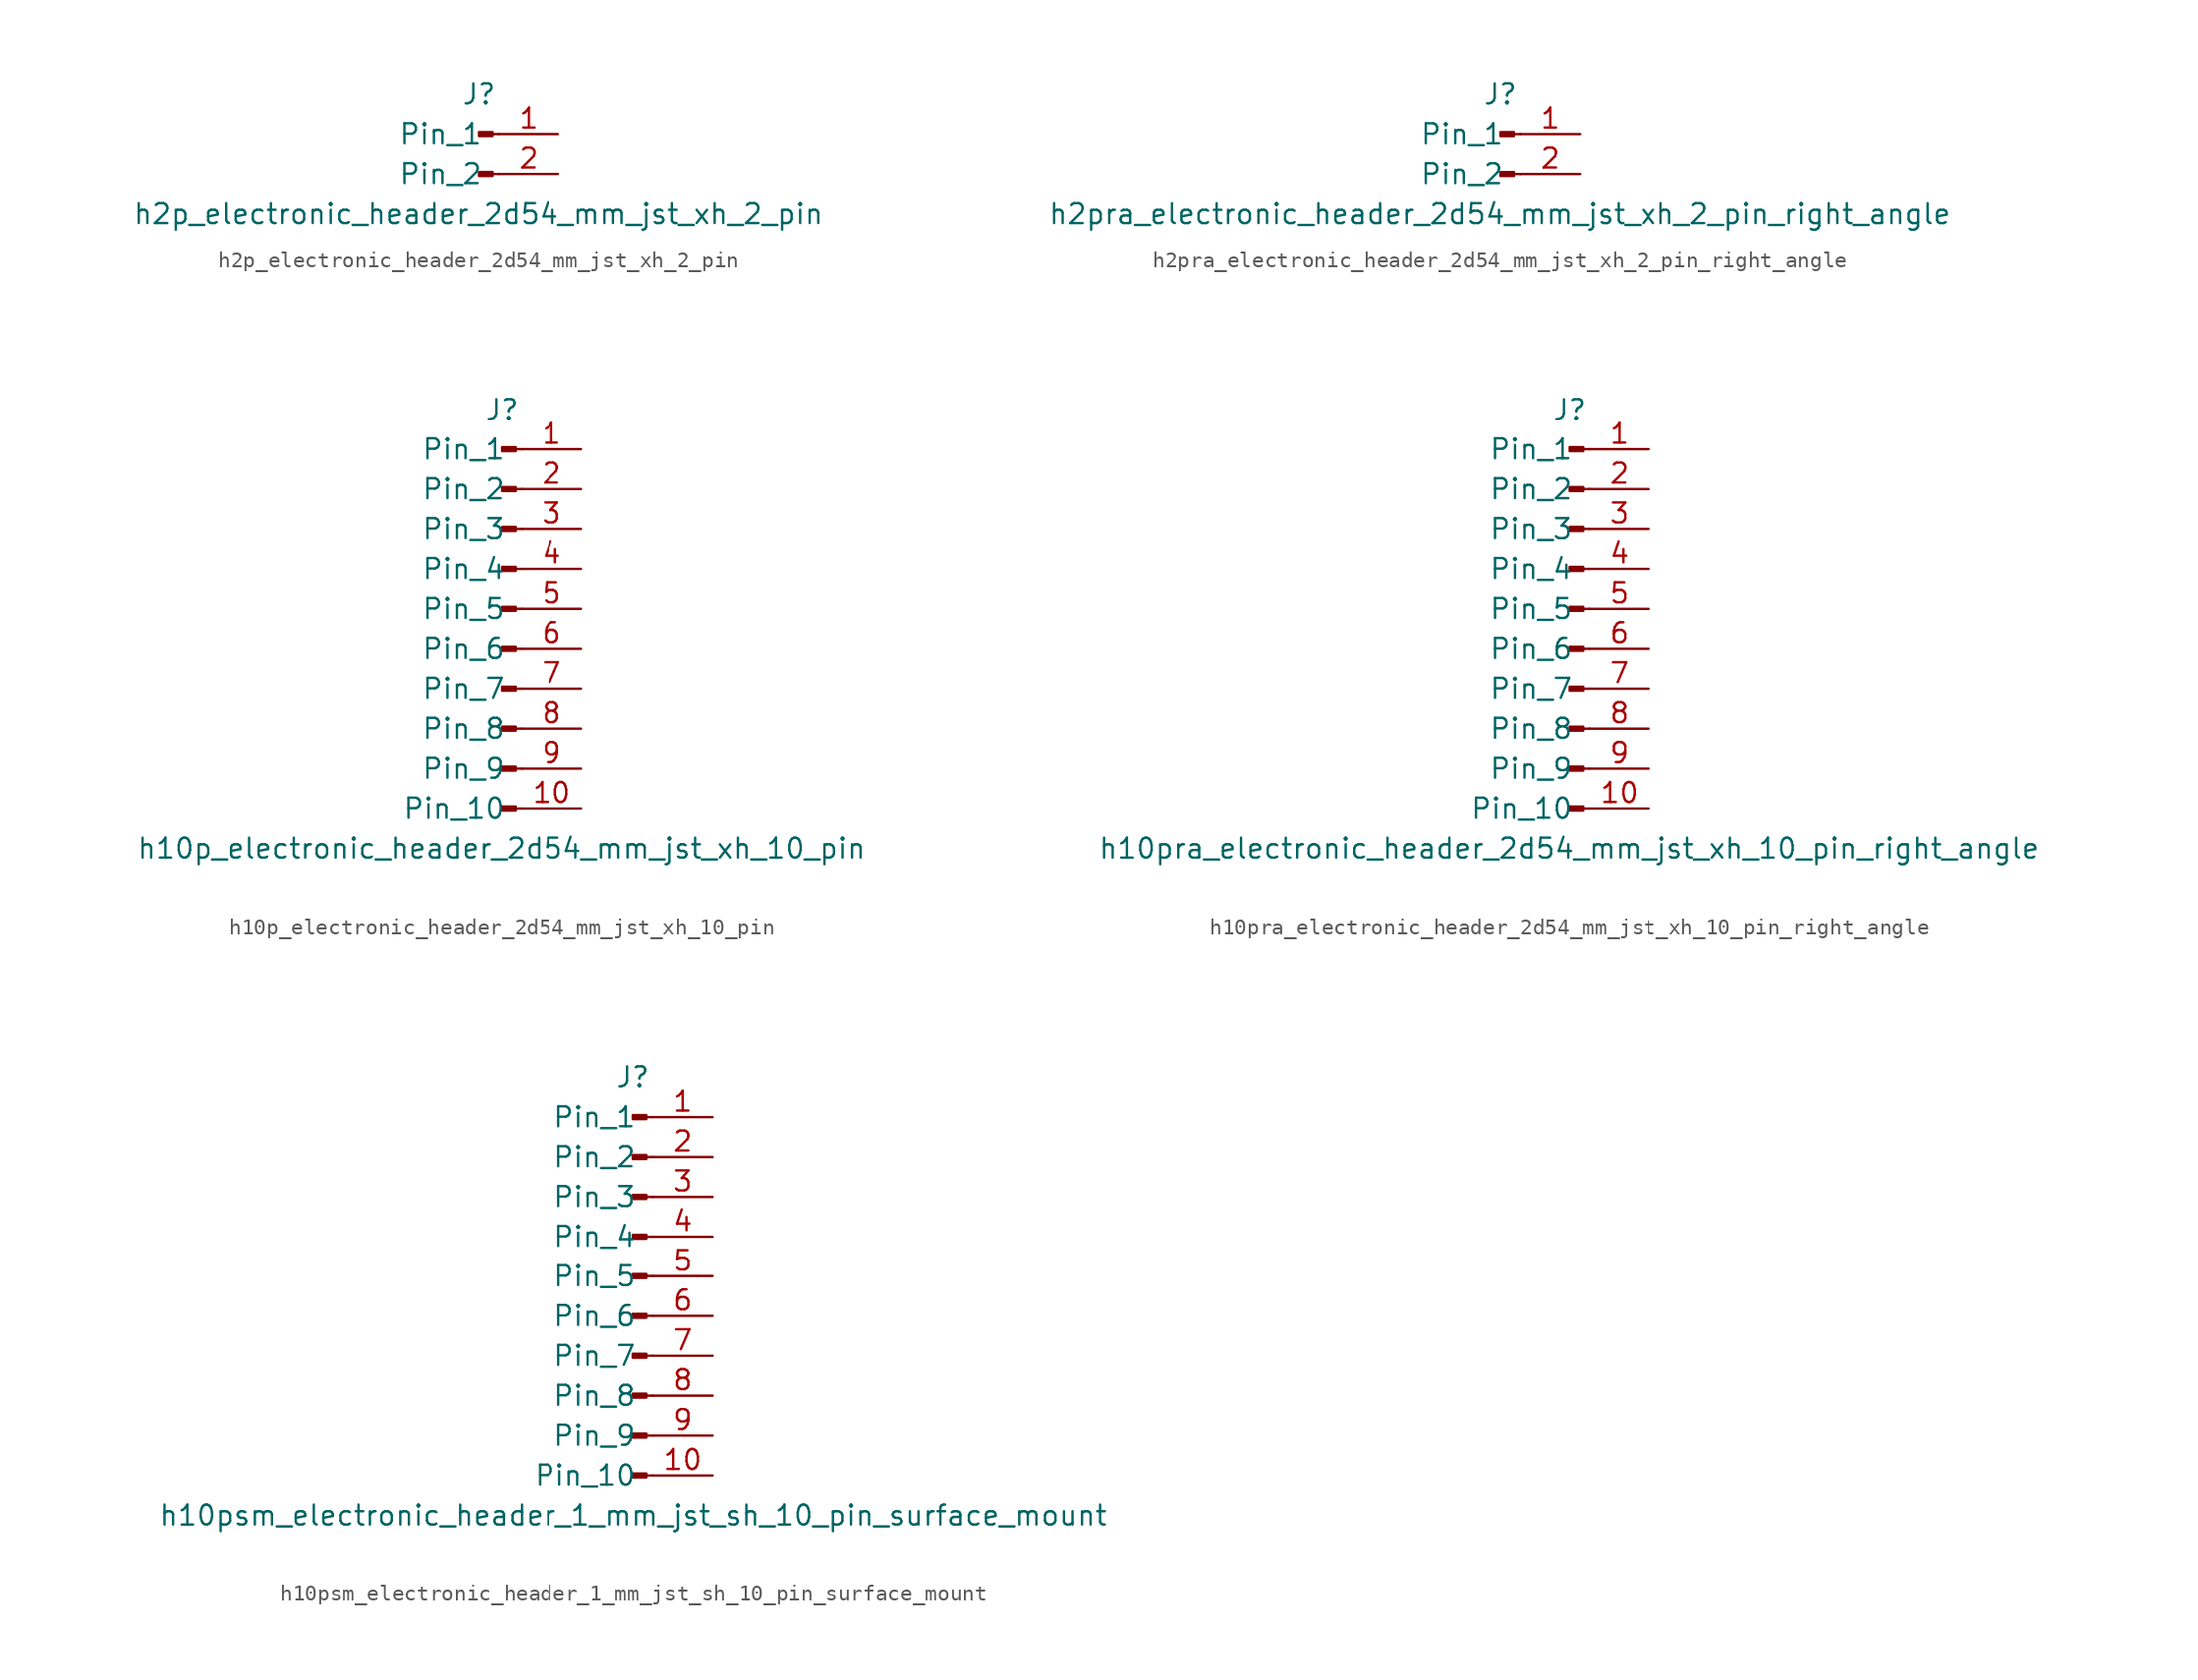
<source format=kicad_sym>
(kicad_symbol_lib
  (version 20220914)
  (generator kicad_symbol_editor)
  (symbol "h2p_electronic_header_2d54_mm_jst_xh_2_pin"
    (pin_names
      (offset 1.016))
    (property "Reference" "J"
      (at 0 2.54 0)
      (effects (font (size 1.27 1.27))))
    (property "Value" "h2p_electronic_header_2d54_mm_jst_xh_2_pin"
      (at 0 -5.08 0)
      (effects (font (size 1.27 1.27))))
    (property "ki_locked" ""
      (at 0 0 0)
      (effects (font (size 1.27 1.27))))
    (symbol "h2p_electronic_header_2d54_mm_jst_xh_2_pin_1_1"
      (polyline (pts (xy 1.27 -2.54) (xy 0.864 -2.54)) (stroke (width 0.152) (type default)) (fill (type none)))
      (polyline (pts (xy 1.27 0) (xy 0.864 0)) (stroke (width 0.152) (type default)) (fill (type none)))
      (rectangle (start 0.864 -2.413) (end 0 -2.667) (stroke (width 0.152) (type default)) (fill (type outline)))
      (rectangle (start 0.864 0.127) (end 0 -0.127) (stroke (width 0.152) (type default)) (fill (type outline)))
      (pin passive line (at 5.08 0 180) (length 3.81) (name "Pin_1" (effects (font (size 1.27 1.27)))) (number "1" (effects (font (size 1.27 1.27)))))
      (pin passive line (at 5.08 -2.54 180) (length 3.81) (name "Pin_2" (effects (font (size 1.27 1.27)))) (number "2" (effects (font (size 1.27 1.27)))))))
  (symbol "h2pra_electronic_header_2d54_mm_jst_xh_2_pin_right_angle"
    (pin_names
      (offset 1.016))
    (property "Reference" "J"
      (at 0 2.54 0)
      (effects (font (size 1.27 1.27))))
    (property "Value" "h2pra_electronic_header_2d54_mm_jst_xh_2_pin_right_angle"
      (at 0 -5.08 0)
      (effects (font (size 1.27 1.27))))
    (property "ki_locked" ""
      (at 0 0 0)
      (effects (font (size 1.27 1.27))))
    (symbol "h2pra_electronic_header_2d54_mm_jst_xh_2_pin_right_angle_1_1"
      (polyline (pts (xy 1.27 -2.54) (xy 0.864 -2.54)) (stroke (width 0.152) (type default)) (fill (type none)))
      (polyline (pts (xy 1.27 0) (xy 0.864 0)) (stroke (width 0.152) (type default)) (fill (type none)))
      (rectangle (start 0.864 -2.413) (end 0 -2.667) (stroke (width 0.152) (type default)) (fill (type outline)))
      (rectangle (start 0.864 0.127) (end 0 -0.127) (stroke (width 0.152) (type default)) (fill (type outline)))
      (pin passive line (at 5.08 0 180) (length 3.81) (name "Pin_1" (effects (font (size 1.27 1.27)))) (number "1" (effects (font (size 1.27 1.27)))))
      (pin passive line (at 5.08 -2.54 180) (length 3.81) (name "Pin_2" (effects (font (size 1.27 1.27)))) (number "2" (effects (font (size 1.27 1.27)))))))
  (symbol "h10p_electronic_header_2d54_mm_jst_xh_10_pin"
    (pin_names
      (offset 1.016))
    (property "Reference" "J"
      (at 0 12.7 0)
      (effects (font (size 1.27 1.27))))
    (property "Value" "h10p_electronic_header_2d54_mm_jst_xh_10_pin"
      (at 0 -15.24 0)
      (effects (font (size 1.27 1.27))))
    (property "ki_locked" ""
      (at 0 0 0)
      (effects (font (size 1.27 1.27))))
    (symbol "h10p_electronic_header_2d54_mm_jst_xh_10_pin_1_1"
      (polyline (pts (xy 1.27 -12.7) (xy 0.864 -12.7)) (stroke (width 0.152) (type default)) (fill (type none)))
      (polyline (pts (xy 1.27 -10.16) (xy 0.864 -10.16)) (stroke (width 0.152) (type default)) (fill (type none)))
      (polyline (pts (xy 1.27 -7.62) (xy 0.864 -7.62)) (stroke (width 0.152) (type default)) (fill (type none)))
      (polyline (pts (xy 1.27 -5.08) (xy 0.864 -5.08)) (stroke (width 0.152) (type default)) (fill (type none)))
      (polyline (pts (xy 1.27 -2.54) (xy 0.864 -2.54)) (stroke (width 0.152) (type default)) (fill (type none)))
      (polyline (pts (xy 1.27 0) (xy 0.864 0)) (stroke (width 0.152) (type default)) (fill (type none)))
      (polyline (pts (xy 1.27 2.54) (xy 0.864 2.54)) (stroke (width 0.152) (type default)) (fill (type none)))
      (polyline (pts (xy 1.27 5.08) (xy 0.864 5.08)) (stroke (width 0.152) (type default)) (fill (type none)))
      (polyline (pts (xy 1.27 7.62) (xy 0.864 7.62)) (stroke (width 0.152) (type default)) (fill (type none)))
      (polyline (pts (xy 1.27 10.16) (xy 0.864 10.16)) (stroke (width 0.152) (type default)) (fill (type none)))
      (rectangle (start 0.864 -12.573) (end 0 -12.827) (stroke (width 0.152) (type default)) (fill (type outline)))
      (rectangle (start 0.864 -10.033) (end 0 -10.287) (stroke (width 0.152) (type default)) (fill (type outline)))
      (rectangle (start 0.864 -7.493) (end 0 -7.747) (stroke (width 0.152) (type default)) (fill (type outline)))
      (rectangle (start 0.864 -4.953) (end 0 -5.207) (stroke (width 0.152) (type default)) (fill (type outline)))
      (rectangle (start 0.864 -2.413) (end 0 -2.667) (stroke (width 0.152) (type default)) (fill (type outline)))
      (rectangle (start 0.864 0.127) (end 0 -0.127) (stroke (width 0.152) (type default)) (fill (type outline)))
      (rectangle (start 0.864 2.667) (end 0 2.413) (stroke (width 0.152) (type default)) (fill (type outline)))
      (rectangle (start 0.864 5.207) (end 0 4.953) (stroke (width 0.152) (type default)) (fill (type outline)))
      (rectangle (start 0.864 7.747) (end 0 7.493) (stroke (width 0.152) (type default)) (fill (type outline)))
      (rectangle (start 0.864 10.287) (end 0 10.033) (stroke (width 0.152) (type default)) (fill (type outline)))
      (pin passive line (at 5.08 10.16 180) (length 3.81) (name "Pin_1" (effects (font (size 1.27 1.27)))) (number "1" (effects (font (size 1.27 1.27)))))
      (pin passive line (at 5.08 -12.7 180) (length 3.81) (name "Pin_10" (effects (font (size 1.27 1.27)))) (number "10" (effects (font (size 1.27 1.27)))))
      (pin passive line (at 5.08 7.62 180) (length 3.81) (name "Pin_2" (effects (font (size 1.27 1.27)))) (number "2" (effects (font (size 1.27 1.27)))))
      (pin passive line (at 5.08 5.08 180) (length 3.81) (name "Pin_3" (effects (font (size 1.27 1.27)))) (number "3" (effects (font (size 1.27 1.27)))))
      (pin passive line (at 5.08 2.54 180) (length 3.81) (name "Pin_4" (effects (font (size 1.27 1.27)))) (number "4" (effects (font (size 1.27 1.27)))))
      (pin passive line (at 5.08 0 180) (length 3.81) (name "Pin_5" (effects (font (size 1.27 1.27)))) (number "5" (effects (font (size 1.27 1.27)))))
      (pin passive line (at 5.08 -2.54 180) (length 3.81) (name "Pin_6" (effects (font (size 1.27 1.27)))) (number "6" (effects (font (size 1.27 1.27)))))
      (pin passive line (at 5.08 -5.08 180) (length 3.81) (name "Pin_7" (effects (font (size 1.27 1.27)))) (number "7" (effects (font (size 1.27 1.27)))))
      (pin passive line (at 5.08 -7.62 180) (length 3.81) (name "Pin_8" (effects (font (size 1.27 1.27)))) (number "8" (effects (font (size 1.27 1.27)))))
      (pin passive line (at 5.08 -10.16 180) (length 3.81) (name "Pin_9" (effects (font (size 1.27 1.27)))) (number "9" (effects (font (size 1.27 1.27)))))))
  (symbol "h10pra_electronic_header_2d54_mm_jst_xh_10_pin_right_angle"
    (pin_names
      (offset 1.016))
    (property "Reference" "J"
      (at 0 12.7 0)
      (effects (font (size 1.27 1.27))))
    (property "Value" "h10pra_electronic_header_2d54_mm_jst_xh_10_pin_right_angle"
      (at 0 -15.24 0)
      (effects (font (size 1.27 1.27))))
    (property "ki_locked" ""
      (at 0 0 0)
      (effects (font (size 1.27 1.27))))
    (symbol "h10pra_electronic_header_2d54_mm_jst_xh_10_pin_right_angle_1_1"
      (polyline (pts (xy 1.27 -12.7) (xy 0.864 -12.7)) (stroke (width 0.152) (type default)) (fill (type none)))
      (polyline (pts (xy 1.27 -10.16) (xy 0.864 -10.16)) (stroke (width 0.152) (type default)) (fill (type none)))
      (polyline (pts (xy 1.27 -7.62) (xy 0.864 -7.62)) (stroke (width 0.152) (type default)) (fill (type none)))
      (polyline (pts (xy 1.27 -5.08) (xy 0.864 -5.08)) (stroke (width 0.152) (type default)) (fill (type none)))
      (polyline (pts (xy 1.27 -2.54) (xy 0.864 -2.54)) (stroke (width 0.152) (type default)) (fill (type none)))
      (polyline (pts (xy 1.27 0) (xy 0.864 0)) (stroke (width 0.152) (type default)) (fill (type none)))
      (polyline (pts (xy 1.27 2.54) (xy 0.864 2.54)) (stroke (width 0.152) (type default)) (fill (type none)))
      (polyline (pts (xy 1.27 5.08) (xy 0.864 5.08)) (stroke (width 0.152) (type default)) (fill (type none)))
      (polyline (pts (xy 1.27 7.62) (xy 0.864 7.62)) (stroke (width 0.152) (type default)) (fill (type none)))
      (polyline (pts (xy 1.27 10.16) (xy 0.864 10.16)) (stroke (width 0.152) (type default)) (fill (type none)))
      (rectangle (start 0.864 -12.573) (end 0 -12.827) (stroke (width 0.152) (type default)) (fill (type outline)))
      (rectangle (start 0.864 -10.033) (end 0 -10.287) (stroke (width 0.152) (type default)) (fill (type outline)))
      (rectangle (start 0.864 -7.493) (end 0 -7.747) (stroke (width 0.152) (type default)) (fill (type outline)))
      (rectangle (start 0.864 -4.953) (end 0 -5.207) (stroke (width 0.152) (type default)) (fill (type outline)))
      (rectangle (start 0.864 -2.413) (end 0 -2.667) (stroke (width 0.152) (type default)) (fill (type outline)))
      (rectangle (start 0.864 0.127) (end 0 -0.127) (stroke (width 0.152) (type default)) (fill (type outline)))
      (rectangle (start 0.864 2.667) (end 0 2.413) (stroke (width 0.152) (type default)) (fill (type outline)))
      (rectangle (start 0.864 5.207) (end 0 4.953) (stroke (width 0.152) (type default)) (fill (type outline)))
      (rectangle (start 0.864 7.747) (end 0 7.493) (stroke (width 0.152) (type default)) (fill (type outline)))
      (rectangle (start 0.864 10.287) (end 0 10.033) (stroke (width 0.152) (type default)) (fill (type outline)))
      (pin passive line (at 5.08 10.16 180) (length 3.81) (name "Pin_1" (effects (font (size 1.27 1.27)))) (number "1" (effects (font (size 1.27 1.27)))))
      (pin passive line (at 5.08 -12.7 180) (length 3.81) (name "Pin_10" (effects (font (size 1.27 1.27)))) (number "10" (effects (font (size 1.27 1.27)))))
      (pin passive line (at 5.08 7.62 180) (length 3.81) (name "Pin_2" (effects (font (size 1.27 1.27)))) (number "2" (effects (font (size 1.27 1.27)))))
      (pin passive line (at 5.08 5.08 180) (length 3.81) (name "Pin_3" (effects (font (size 1.27 1.27)))) (number "3" (effects (font (size 1.27 1.27)))))
      (pin passive line (at 5.08 2.54 180) (length 3.81) (name "Pin_4" (effects (font (size 1.27 1.27)))) (number "4" (effects (font (size 1.27 1.27)))))
      (pin passive line (at 5.08 0 180) (length 3.81) (name "Pin_5" (effects (font (size 1.27 1.27)))) (number "5" (effects (font (size 1.27 1.27)))))
      (pin passive line (at 5.08 -2.54 180) (length 3.81) (name "Pin_6" (effects (font (size 1.27 1.27)))) (number "6" (effects (font (size 1.27 1.27)))))
      (pin passive line (at 5.08 -5.08 180) (length 3.81) (name "Pin_7" (effects (font (size 1.27 1.27)))) (number "7" (effects (font (size 1.27 1.27)))))
      (pin passive line (at 5.08 -7.62 180) (length 3.81) (name "Pin_8" (effects (font (size 1.27 1.27)))) (number "8" (effects (font (size 1.27 1.27)))))
      (pin passive line (at 5.08 -10.16 180) (length 3.81) (name "Pin_9" (effects (font (size 1.27 1.27)))) (number "9" (effects (font (size 1.27 1.27)))))))
  (symbol "h10psm_electronic_header_1_mm_jst_sh_10_pin_surface_mount"
    (pin_names
      (offset 1.016))
    (property "Reference" "J"
      (at 0 12.7 0)
      (effects (font (size 1.27 1.27))))
    (property "Value" "h10psm_electronic_header_1_mm_jst_sh_10_pin_surface_mount"
      (at 0 -15.24 0)
      (effects (font (size 1.27 1.27))))
    (property "ki_locked" ""
      (at 0 0 0)
      (effects (font (size 1.27 1.27))))
    (symbol "h10psm_electronic_header_1_mm_jst_sh_10_pin_surface_mount_1_1"
      (polyline (pts (xy 1.27 -12.7) (xy 0.864 -12.7)) (stroke (width 0.152) (type default)) (fill (type none)))
      (polyline (pts (xy 1.27 -10.16) (xy 0.864 -10.16)) (stroke (width 0.152) (type default)) (fill (type none)))
      (polyline (pts (xy 1.27 -7.62) (xy 0.864 -7.62)) (stroke (width 0.152) (type default)) (fill (type none)))
      (polyline (pts (xy 1.27 -5.08) (xy 0.864 -5.08)) (stroke (width 0.152) (type default)) (fill (type none)))
      (polyline (pts (xy 1.27 -2.54) (xy 0.864 -2.54)) (stroke (width 0.152) (type default)) (fill (type none)))
      (polyline (pts (xy 1.27 0) (xy 0.864 0)) (stroke (width 0.152) (type default)) (fill (type none)))
      (polyline (pts (xy 1.27 2.54) (xy 0.864 2.54)) (stroke (width 0.152) (type default)) (fill (type none)))
      (polyline (pts (xy 1.27 5.08) (xy 0.864 5.08)) (stroke (width 0.152) (type default)) (fill (type none)))
      (polyline (pts (xy 1.27 7.62) (xy 0.864 7.62)) (stroke (width 0.152) (type default)) (fill (type none)))
      (polyline (pts (xy 1.27 10.16) (xy 0.864 10.16)) (stroke (width 0.152) (type default)) (fill (type none)))
      (rectangle (start 0.864 -12.573) (end 0 -12.827) (stroke (width 0.152) (type default)) (fill (type outline)))
      (rectangle (start 0.864 -10.033) (end 0 -10.287) (stroke (width 0.152) (type default)) (fill (type outline)))
      (rectangle (start 0.864 -7.493) (end 0 -7.747) (stroke (width 0.152) (type default)) (fill (type outline)))
      (rectangle (start 0.864 -4.953) (end 0 -5.207) (stroke (width 0.152) (type default)) (fill (type outline)))
      (rectangle (start 0.864 -2.413) (end 0 -2.667) (stroke (width 0.152) (type default)) (fill (type outline)))
      (rectangle (start 0.864 0.127) (end 0 -0.127) (stroke (width 0.152) (type default)) (fill (type outline)))
      (rectangle (start 0.864 2.667) (end 0 2.413) (stroke (width 0.152) (type default)) (fill (type outline)))
      (rectangle (start 0.864 5.207) (end 0 4.953) (stroke (width 0.152) (type default)) (fill (type outline)))
      (rectangle (start 0.864 7.747) (end 0 7.493) (stroke (width 0.152) (type default)) (fill (type outline)))
      (rectangle (start 0.864 10.287) (end 0 10.033) (stroke (width 0.152) (type default)) (fill (type outline)))
      (pin passive line (at 5.08 10.16 180) (length 3.81) (name "Pin_1" (effects (font (size 1.27 1.27)))) (number "1" (effects (font (size 1.27 1.27)))))
      (pin passive line (at 5.08 -12.7 180) (length 3.81) (name "Pin_10" (effects (font (size 1.27 1.27)))) (number "10" (effects (font (size 1.27 1.27)))))
      (pin passive line (at 5.08 7.62 180) (length 3.81) (name "Pin_2" (effects (font (size 1.27 1.27)))) (number "2" (effects (font (size 1.27 1.27)))))
      (pin passive line (at 5.08 5.08 180) (length 3.81) (name "Pin_3" (effects (font (size 1.27 1.27)))) (number "3" (effects (font (size 1.27 1.27)))))
      (pin passive line (at 5.08 2.54 180) (length 3.81) (name "Pin_4" (effects (font (size 1.27 1.27)))) (number "4" (effects (font (size 1.27 1.27)))))
      (pin passive line (at 5.08 0 180) (length 3.81) (name "Pin_5" (effects (font (size 1.27 1.27)))) (number "5" (effects (font (size 1.27 1.27)))))
      (pin passive line (at 5.08 -2.54 180) (length 3.81) (name "Pin_6" (effects (font (size 1.27 1.27)))) (number "6" (effects (font (size 1.27 1.27)))))
      (pin passive line (at 5.08 -5.08 180) (length 3.81) (name "Pin_7" (effects (font (size 1.27 1.27)))) (number "7" (effects (font (size 1.27 1.27)))))
      (pin passive line (at 5.08 -7.62 180) (length 3.81) (name "Pin_8" (effects (font (size 1.27 1.27)))) (number "8" (effects (font (size 1.27 1.27)))))
      (pin passive line (at 5.08 -10.16 180) (length 3.81) (name "Pin_9" (effects (font (size 1.27 1.27)))) (number "9" (effects (font (size 1.27 1.27))))))))
</source>
